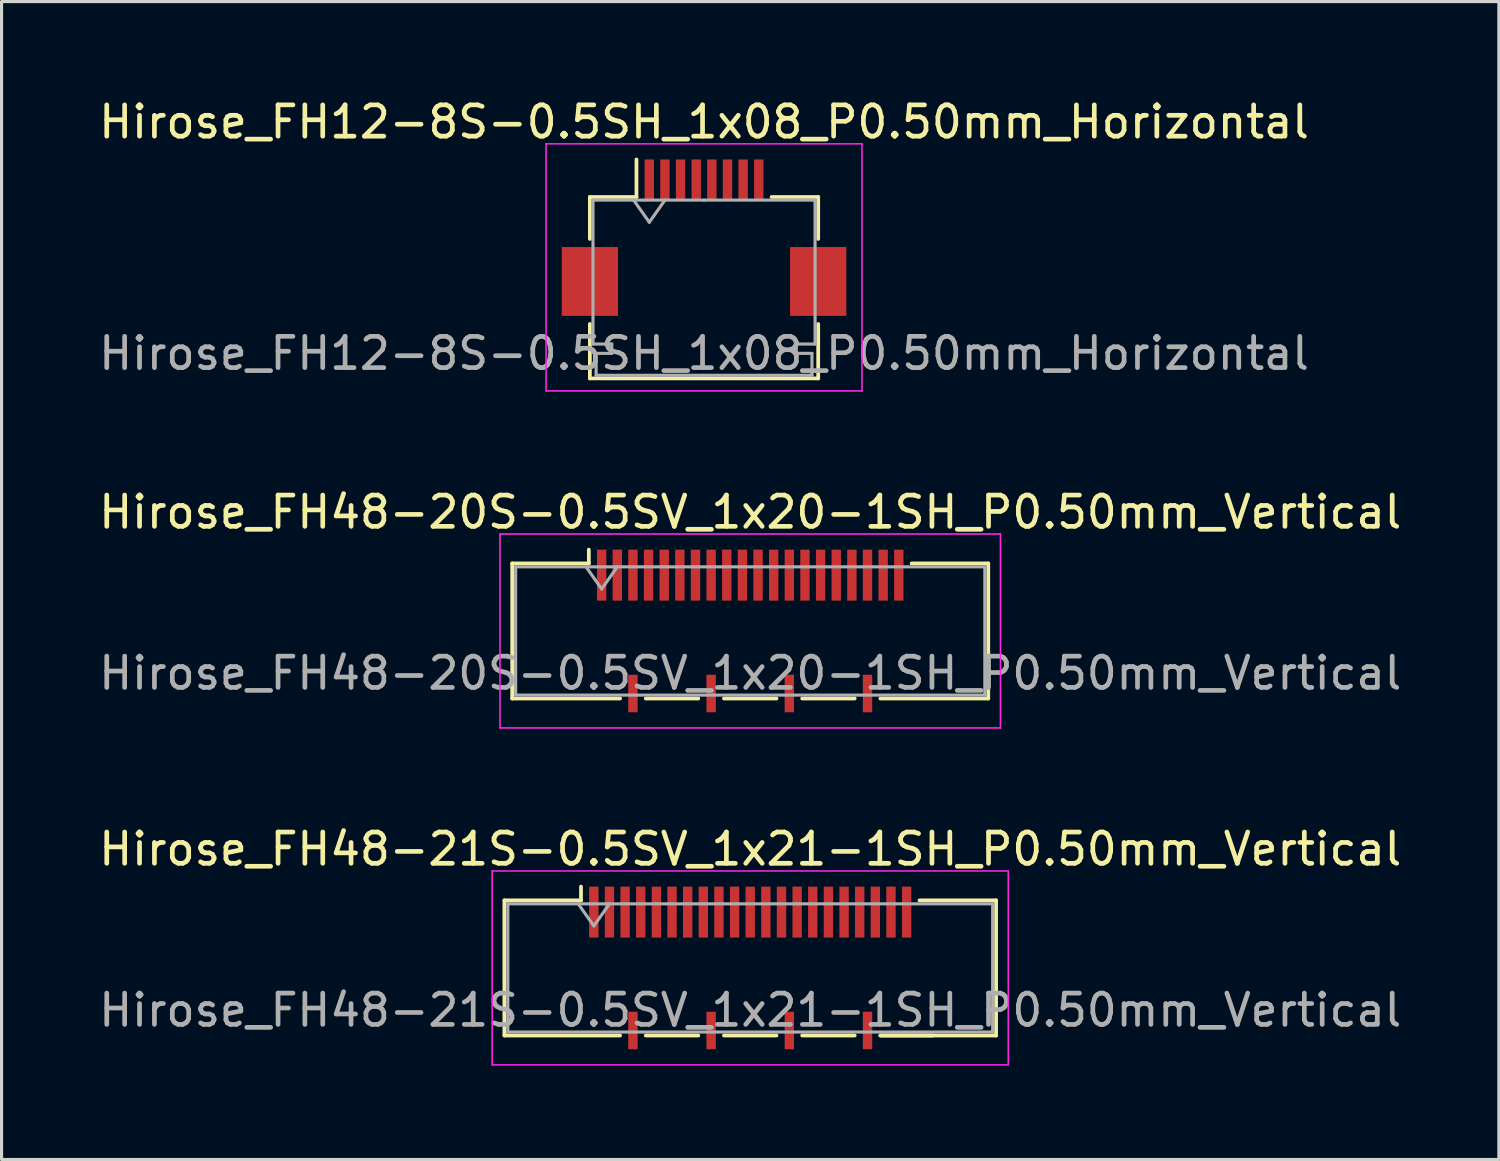
<source format=kicad_pcb>
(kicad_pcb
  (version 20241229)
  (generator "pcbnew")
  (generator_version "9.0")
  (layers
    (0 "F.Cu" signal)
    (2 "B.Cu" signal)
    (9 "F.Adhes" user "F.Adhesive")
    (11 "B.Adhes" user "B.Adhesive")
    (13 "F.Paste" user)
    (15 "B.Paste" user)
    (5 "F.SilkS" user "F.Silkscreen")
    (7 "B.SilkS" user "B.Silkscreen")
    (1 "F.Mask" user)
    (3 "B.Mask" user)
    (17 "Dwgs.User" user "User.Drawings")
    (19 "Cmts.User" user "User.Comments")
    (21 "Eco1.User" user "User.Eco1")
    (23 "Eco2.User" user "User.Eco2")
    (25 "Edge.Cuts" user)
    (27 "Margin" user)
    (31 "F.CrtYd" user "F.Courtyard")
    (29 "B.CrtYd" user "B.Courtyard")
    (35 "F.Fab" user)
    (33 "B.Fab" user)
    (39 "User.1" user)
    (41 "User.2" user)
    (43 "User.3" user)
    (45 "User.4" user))
  (footprint "Hirose_FH48-21S-0.5SV_1x21-1SH_P0.50mm_Vertical"
    (layer "F.Cu")
    (at 20.935 27.895)
    (property "Reference" "Hirose_FH48-21S-0.5SV_1x21-1SH_P0.50mm_Vertical" (at 0 -3.8 0) (layer "F.SilkS") (effects (font (size 1 1) (thickness 0.15))))
    (attr smd)
    (fp_line (start -7.86 -2.16) (end -7.86 2.16) (stroke (width 0.12) (type solid)) (layer "F.SilkS"))
    (fp_line (start -7.86 2.16) (end -4.16 2.16) (stroke (width 0.12) (type solid)) (layer "F.SilkS"))
    (fp_line (start -5.41 -2.6) (end -5.41 -2.16) (stroke (width 0.12) (type solid)) (layer "F.SilkS"))
    (fp_line (start -5.41 -2.16) (end -7.86 -2.16) (stroke (width 0.12) (type solid)) (layer "F.SilkS"))
    (fp_line (start -3.34 2.16) (end -1.66 2.16) (stroke (width 0.12) (type solid)) (layer "F.SilkS"))
    (fp_line (start -0.84 2.16) (end 0.84 2.16) (stroke (width 0.12) (type solid)) (layer "F.SilkS"))
    (fp_line (start 1.66 2.16) (end 3.34 2.16) (stroke (width 0.12) (type solid)) (layer "F.SilkS"))
    (fp_line (start 4.16 2.16) (end 5.84 2.16) (stroke (width 0.12) (type solid)) (layer "F.SilkS"))
    (fp_line (start 5.41 -2.16) (end 7.86 -2.16) (stroke (width 0.12) (type solid)) (layer "F.SilkS"))
    (fp_line (start 7.86 -2.16) (end 7.86 2.16) (stroke (width 0.12) (type solid)) (layer "F.SilkS"))
    (fp_line (start 7.86 2.16) (end 4.16 2.16) (stroke (width 0.12) (type solid)) (layer "F.SilkS"))
    (fp_line (start -8.25 -3.1) (end -8.25 3.1) (stroke (width 0.05) (type solid)) (layer "F.CrtYd"))
    (fp_line (start -8.25 3.1) (end 8.25 3.1) (stroke (width 0.05) (type solid)) (layer "F.CrtYd"))
    (fp_line (start 8.25 -3.1) (end -8.25 -3.1) (stroke (width 0.05) (type solid)) (layer "F.CrtYd"))
    (fp_line (start 8.25 3.1) (end 8.25 -3.1) (stroke (width 0.05) (type solid)) (layer "F.CrtYd"))
    (fp_line (start -7.75 -2.05) (end -7.75 2.05) (stroke (width 0.1) (type solid)) (layer "F.Fab"))
    (fp_line (start -7.75 2.05) (end 7.75 2.05) (stroke (width 0.1) (type solid)) (layer "F.Fab"))
    (fp_line (start -5.5 -2.05) (end -5 -1.343) (stroke (width 0.1) (type solid)) (layer "F.Fab"))
    (fp_line (start -5 -1.343) (end -4.5 -2.05) (stroke (width 0.1) (type solid)) (layer "F.Fab"))
    (fp_line (start 7.75 -2.05) (end -7.75 -2.05) (stroke (width 0.1) (type solid)) (layer "F.Fab"))
    (fp_line (start 7.75 2.05) (end 7.75 -2.05) (stroke (width 0.1) (type solid)) (layer "F.Fab"))
    (fp_text user "${REFERENCE}" (at 0 1.35 0) (layer "F.Fab") (effects (font (size 1 1) (thickness 0.15))))
    (pad "" smd rect (at -5 -1.785) (size 0.28 1.21) (layers "F.Paste"))
    (pad "" smd rect (at -4.5 -1.785) (size 0.28 1.21) (layers "F.Paste"))
    (pad "" smd rect (at -4 -1.785) (size 0.28 1.21) (layers "F.Paste"))
    (pad "" smd rect (at -3.75 2) (size 0.28 0.9) (layers "F.Paste"))
    (pad "" smd rect (at -3.5 -1.785) (size 0.28 1.21) (layers "F.Paste"))
    (pad "" smd rect (at -3 -1.785) (size 0.28 1.21) (layers "F.Paste"))
    (pad "" smd rect (at -2.5 -1.785) (size 0.28 1.21) (layers "F.Paste"))
    (pad "" smd rect (at -2 -1.785) (size 0.28 1.21) (layers "F.Paste"))
    (pad "" smd rect (at -1.5 -1.785) (size 0.28 1.21) (layers "F.Paste"))
    (pad "" smd rect (at -1.25 2) (size 0.28 0.9) (layers "F.Paste"))
    (pad "" smd rect (at -1 -1.785) (size 0.28 1.21) (layers "F.Paste"))
    (pad "" smd rect (at -0.5 -1.785) (size 0.28 1.21) (layers "F.Paste"))
    (pad "" smd rect (at 0 -1.785) (size 0.28 1.21) (layers "F.Paste"))
    (pad "" smd rect (at 0.5 -1.785) (size 0.28 1.21) (layers "F.Paste"))
    (pad "" smd rect (at 1 -1.785) (size 0.28 1.21) (layers "F.Paste"))
    (pad "" smd rect (at 1.25 2) (size 0.28 0.9) (layers "F.Paste"))
    (pad "" smd rect (at 1.5 -1.785) (size 0.28 1.21) (layers "F.Paste"))
    (pad "" smd rect (at 2 -1.785) (size 0.28 1.21) (layers "F.Paste"))
    (pad "" smd rect (at 2.5 -1.785) (size 0.28 1.21) (layers "F.Paste"))
    (pad "" smd rect (at 3 -1.785) (size 0.28 1.21) (layers "F.Paste"))
    (pad "" smd rect (at 3.5 -1.785) (size 0.28 1.21) (layers "F.Paste"))
    (pad "" smd rect (at 3.75 2) (size 0.28 0.9) (layers "F.Paste"))
    (pad "" smd rect (at 4 -1.785) (size 0.28 1.21) (layers "F.Paste"))
    (pad "" smd rect (at 4.5 -1.785) (size 0.28 1.21) (layers "F.Paste"))
    (pad "" smd rect (at 5 -1.785) (size 0.28 1.21) (layers "F.Paste"))
    (pad "1" smd rect (at -5 -1.785) (size 0.3 1.63) (layers "F.Cu" "F.Mask"))
    (pad "2" smd rect (at -4.5 -1.785) (size 0.3 1.63) (layers "F.Cu" "F.Mask"))
    (pad "3" smd rect (at -4 -1.785) (size 0.3 1.63) (layers "F.Cu" "F.Mask"))
    (pad "4" smd rect (at -3.5 -1.785) (size 0.3 1.63) (layers "F.Cu" "F.Mask"))
    (pad "5" smd rect (at -3 -1.785) (size 0.3 1.63) (layers "F.Cu" "F.Mask"))
    (pad "6" smd rect (at -2.5 -1.785) (size 0.3 1.63) (layers "F.Cu" "F.Mask"))
    (pad "7" smd rect (at -2 -1.785) (size 0.3 1.63) (layers "F.Cu" "F.Mask"))
    (pad "8" smd rect (at -1.5 -1.785) (size 0.3 1.63) (layers "F.Cu" "F.Mask"))
    (pad "9" smd rect (at -1 -1.785) (size 0.3 1.63) (layers "F.Cu" "F.Mask"))
    (pad "10" smd rect (at -0.5 -1.785) (size 0.3 1.63) (layers "F.Cu" "F.Mask"))
    (pad "11" smd rect (at 0 -1.785) (size 0.3 1.63) (layers "F.Cu" "F.Mask"))
    (pad "12" smd rect (at 0.5 -1.785) (size 0.3 1.63) (layers "F.Cu" "F.Mask"))
    (pad "13" smd rect (at 1 -1.785) (size 0.3 1.63) (layers "F.Cu" "F.Mask"))
    (pad "14" smd rect (at 1.5 -1.785) (size 0.3 1.63) (layers "F.Cu" "F.Mask"))
    (pad "15" smd rect (at 2 -1.785) (size 0.3 1.63) (layers "F.Cu" "F.Mask"))
    (pad "16" smd rect (at 2.5 -1.785) (size 0.3 1.63) (layers "F.Cu" "F.Mask"))
    (pad "17" smd rect (at 3 -1.785) (size 0.3 1.63) (layers "F.Cu" "F.Mask"))
    (pad "18" smd rect (at 3.5 -1.785) (size 0.3 1.63) (layers "F.Cu" "F.Mask"))
    (pad "19" smd rect (at 4 -1.785) (size 0.3 1.63) (layers "F.Cu" "F.Mask"))
    (pad "20" smd rect (at 4.5 -1.785) (size 0.3 1.63) (layers "F.Cu" "F.Mask"))
    (pad "21" smd rect (at 5 -1.785) (size 0.3 1.63) (layers "F.Cu" "F.Mask"))
    (pad "SH" smd rect (at -3.75 2) (size 0.3 1.2) (layers "F.Cu" "F.Mask"))
    (pad "SH" smd rect (at -1.25 2) (size 0.3 1.2) (layers "F.Cu" "F.Mask"))
    (pad "SH" smd rect (at 1.25 2) (size 0.3 1.2) (layers "F.Cu" "F.Mask"))
    (pad "SH" smd rect (at 3.75 2) (size 0.3 1.2) (layers "F.Cu" "F.Mask")))
  (footprint "Hirose_FH12-8S-0.5SH_1x08_P0.50mm_Horizontal"
    (layer "F.Cu")
    (at 19.458 4.548)
    (property "Reference" "Hirose_FH12-8S-0.5SH_1x08_P0.50mm_Horizontal" (at 0 -3.7 0) (layer "F.SilkS") (effects (font (size 1 1) (thickness 0.15))))
    (attr smd)
    (fp_line (start -3.65 -1.3) (end -3.65 0.04) (stroke (width 0.12) (type solid)) (layer "F.SilkS"))
    (fp_line (start -3.65 2.76) (end -3.65 4.5) (stroke (width 0.12) (type solid)) (layer "F.SilkS"))
    (fp_line (start -3.65 4.5) (end 3.65 4.5) (stroke (width 0.12) (type solid)) (layer "F.SilkS"))
    (fp_line (start -2.16 -1.3) (end -3.65 -1.3) (stroke (width 0.12) (type solid)) (layer "F.SilkS"))
    (fp_line (start -2.16 -1.3) (end -2.16 -2.5) (stroke (width 0.12) (type solid)) (layer "F.SilkS"))
    (fp_line (start 2.16 -1.3) (end 3.65 -1.3) (stroke (width 0.12) (type solid)) (layer "F.SilkS"))
    (fp_line (start 3.65 -1.3) (end 3.65 0.04) (stroke (width 0.12) (type solid)) (layer "F.SilkS"))
    (fp_line (start 3.65 4.5) (end 3.65 2.76) (stroke (width 0.12) (type solid)) (layer "F.SilkS"))
    (fp_line (start -5.05 -3) (end -5.05 4.9) (stroke (width 0.05) (type solid)) (layer "F.CrtYd"))
    (fp_line (start -5.05 4.9) (end 5.05 4.9) (stroke (width 0.05) (type solid)) (layer "F.CrtYd"))
    (fp_line (start 5.05 -3) (end -5.05 -3) (stroke (width 0.05) (type solid)) (layer "F.CrtYd"))
    (fp_line (start 5.05 4.9) (end 5.05 -3) (stroke (width 0.05) (type solid)) (layer "F.CrtYd"))
    (fp_line (start -3.55 -1.2) (end -3.55 3.4) (stroke (width 0.1) (type solid)) (layer "F.Fab"))
    (fp_line (start -3.55 3.4) (end -2.95 3.4) (stroke (width 0.1) (type solid)) (layer "F.Fab"))
    (fp_line (start -3.45 3.7) (end -3.45 4.4) (stroke (width 0.1) (type solid)) (layer "F.Fab"))
    (fp_line (start -3.45 4.4) (end 0 4.4) (stroke (width 0.1) (type solid)) (layer "F.Fab"))
    (fp_line (start -2.95 3.4) (end -2.95 3.7) (stroke (width 0.1) (type solid)) (layer "F.Fab"))
    (fp_line (start -2.95 3.7) (end -3.45 3.7) (stroke (width 0.1) (type solid)) (layer "F.Fab"))
    (fp_line (start -2.25 -1.2) (end -1.75 -0.493) (stroke (width 0.1) (type solid)) (layer "F.Fab"))
    (fp_line (start -1.75 -0.493) (end -1.25 -1.2) (stroke (width 0.1) (type solid)) (layer "F.Fab"))
    (fp_line (start 0 -1.2) (end -3.55 -1.2) (stroke (width 0.1) (type solid)) (layer "F.Fab"))
    (fp_line (start 0 -1.2) (end 3.55 -1.2) (stroke (width 0.1) (type solid)) (layer "F.Fab"))
    (fp_line (start 2.95 3.4) (end 2.95 3.7) (stroke (width 0.1) (type solid)) (layer "F.Fab"))
    (fp_line (start 2.95 3.7) (end 3.45 3.7) (stroke (width 0.1) (type solid)) (layer "F.Fab"))
    (fp_line (start 3.45 3.7) (end 3.45 4.4) (stroke (width 0.1) (type solid)) (layer "F.Fab"))
    (fp_line (start 3.45 4.4) (end 0 4.4) (stroke (width 0.1) (type solid)) (layer "F.Fab"))
    (fp_line (start 3.55 -1.2) (end 3.55 3.4) (stroke (width 0.1) (type solid)) (layer "F.Fab"))
    (fp_line (start 3.55 3.4) (end 2.95 3.4) (stroke (width 0.1) (type solid)) (layer "F.Fab"))
    (fp_text user "${REFERENCE}" (at 0 3.7 0) (layer "F.Fab") (effects (font (size 1 1) (thickness 0.15))))
    (pad "" smd rect (at -3.65 1.4) (size 1.8 2.2) (layers "F.Cu" "F.Mask" "F.Paste"))
    (pad "" smd rect (at 3.65 1.4) (size 1.8 2.2) (layers "F.Cu" "F.Mask" "F.Paste"))
    (pad "1" smd rect (at -1.75 -1.85) (size 0.3 1.3) (layers "F.Cu" "F.Mask" "F.Paste"))
    (pad "2" smd rect (at -1.25 -1.85) (size 0.3 1.3) (layers "F.Cu" "F.Mask" "F.Paste"))
    (pad "3" smd rect (at -0.75 -1.85) (size 0.3 1.3) (layers "F.Cu" "F.Mask" "F.Paste"))
    (pad "4" smd rect (at -0.25 -1.85) (size 0.3 1.3) (layers "F.Cu" "F.Mask" "F.Paste"))
    (pad "5" smd rect (at 0.25 -1.85) (size 0.3 1.3) (layers "F.Cu" "F.Mask" "F.Paste"))
    (pad "6" smd rect (at 0.75 -1.85) (size 0.3 1.3) (layers "F.Cu" "F.Mask" "F.Paste"))
    (pad "7" smd rect (at 1.25 -1.85) (size 0.3 1.3) (layers "F.Cu" "F.Mask" "F.Paste"))
    (pad "8" smd rect (at 1.75 -1.85) (size 0.3 1.3) (layers "F.Cu" "F.Mask" "F.Paste")))
  (footprint "Hirose_FH48-20S-0.5SV_1x20-1SH_P0.50mm_Vertical"
    (layer "F.Cu")
    (at 20.935 17.122)
    (property "Reference" "Hirose_FH48-20S-0.5SV_1x20-1SH_P0.50mm_Vertical" (at 0 -3.8 0) (layer "F.SilkS") (effects (font (size 1 1) (thickness 0.15))))
    (attr smd)
    (fp_line (start -7.61 -2.16) (end -7.61 2.16) (stroke (width 0.12) (type solid)) (layer "F.SilkS"))
    (fp_line (start -7.61 2.16) (end -4.16 2.16) (stroke (width 0.12) (type solid)) (layer "F.SilkS"))
    (fp_line (start -5.16 -2.6) (end -5.16 -2.16) (stroke (width 0.12) (type solid)) (layer "F.SilkS"))
    (fp_line (start -5.16 -2.16) (end -7.61 -2.16) (stroke (width 0.12) (type solid)) (layer "F.SilkS"))
    (fp_line (start -3.34 2.16) (end -1.66 2.16) (stroke (width 0.12) (type solid)) (layer "F.SilkS"))
    (fp_line (start -0.84 2.16) (end 0.84 2.16) (stroke (width 0.12) (type solid)) (layer "F.SilkS"))
    (fp_line (start 1.66 2.16) (end 3.34 2.16) (stroke (width 0.12) (type solid)) (layer "F.SilkS"))
    (fp_line (start 5.16 -2.16) (end 7.61 -2.16) (stroke (width 0.12) (type solid)) (layer "F.SilkS"))
    (fp_line (start 7.61 -2.16) (end 7.61 2.16) (stroke (width 0.12) (type solid)) (layer "F.SilkS"))
    (fp_line (start 7.61 2.16) (end 4.16 2.16) (stroke (width 0.12) (type solid)) (layer "F.SilkS"))
    (fp_line (start -8 -3.1) (end -8 3.1) (stroke (width 0.05) (type solid)) (layer "F.CrtYd"))
    (fp_line (start -8 3.1) (end 8 3.1) (stroke (width 0.05) (type solid)) (layer "F.CrtYd"))
    (fp_line (start 8 -3.1) (end -8 -3.1) (stroke (width 0.05) (type solid)) (layer "F.CrtYd"))
    (fp_line (start 8 3.1) (end 8 -3.1) (stroke (width 0.05) (type solid)) (layer "F.CrtYd"))
    (fp_line (start -7.5 -2.05) (end -7.5 2.05) (stroke (width 0.1) (type solid)) (layer "F.Fab"))
    (fp_line (start -7.5 2.05) (end 7.5 2.05) (stroke (width 0.1) (type solid)) (layer "F.Fab"))
    (fp_line (start -5.25 -2.05) (end -4.75 -1.343) (stroke (width 0.1) (type solid)) (layer "F.Fab"))
    (fp_line (start -4.75 -1.343) (end -4.25 -2.05) (stroke (width 0.1) (type solid)) (layer "F.Fab"))
    (fp_line (start 7.5 -2.05) (end -7.5 -2.05) (stroke (width 0.1) (type solid)) (layer "F.Fab"))
    (fp_line (start 7.5 2.05) (end 7.5 -2.05) (stroke (width 0.1) (type solid)) (layer "F.Fab"))
    (fp_text user "${REFERENCE}" (at 0 1.35 0) (layer "F.Fab") (effects (font (size 1 1) (thickness 0.15))))
    (pad "" smd rect (at -4.75 -1.785) (size 0.28 1.21) (layers "F.Paste"))
    (pad "" smd rect (at -4.25 -1.785) (size 0.28 1.21) (layers "F.Paste"))
    (pad "" smd rect (at -3.75 -1.785) (size 0.28 1.21) (layers "F.Paste"))
    (pad "" smd rect (at -3.75 2) (size 0.28 0.9) (layers "F.Paste"))
    (pad "" smd rect (at -3.25 -1.785) (size 0.28 1.21) (layers "F.Paste"))
    (pad "" smd rect (at -2.75 -1.785) (size 0.28 1.21) (layers "F.Paste"))
    (pad "" smd rect (at -2.25 -1.785) (size 0.28 1.21) (layers "F.Paste"))
    (pad "" smd rect (at -1.75 -1.785) (size 0.28 1.21) (layers "F.Paste"))
    (pad "" smd rect (at -1.25 -1.785) (size 0.28 1.21) (layers "F.Paste"))
    (pad "" smd rect (at -1.25 2) (size 0.28 0.9) (layers "F.Paste"))
    (pad "" smd rect (at -0.75 -1.785) (size 0.28 1.21) (layers "F.Paste"))
    (pad "" smd rect (at -0.25 -1.785) (size 0.28 1.21) (layers "F.Paste"))
    (pad "" smd rect (at 0.25 -1.785) (size 0.28 1.21) (layers "F.Paste"))
    (pad "" smd rect (at 0.75 -1.785) (size 0.28 1.21) (layers "F.Paste"))
    (pad "" smd rect (at 1.25 -1.785) (size 0.28 1.21) (layers "F.Paste"))
    (pad "" smd rect (at 1.25 2) (size 0.28 0.9) (layers "F.Paste"))
    (pad "" smd rect (at 1.75 -1.785) (size 0.28 1.21) (layers "F.Paste"))
    (pad "" smd rect (at 2.25 -1.785) (size 0.28 1.21) (layers "F.Paste"))
    (pad "" smd rect (at 2.75 -1.785) (size 0.28 1.21) (layers "F.Paste"))
    (pad "" smd rect (at 3.25 -1.785) (size 0.28 1.21) (layers "F.Paste"))
    (pad "" smd rect (at 3.75 -1.785) (size 0.28 1.21) (layers "F.Paste"))
    (pad "" smd rect (at 3.75 2) (size 0.28 0.9) (layers "F.Paste"))
    (pad "" smd rect (at 4.25 -1.785) (size 0.28 1.21) (layers "F.Paste"))
    (pad "" smd rect (at 4.75 -1.785) (size 0.28 1.21) (layers "F.Paste"))
    (pad "1" smd rect (at -4.75 -1.785) (size 0.3 1.63) (layers "F.Cu" "F.Mask"))
    (pad "2" smd rect (at -4.25 -1.785) (size 0.3 1.63) (layers "F.Cu" "F.Mask"))
    (pad "3" smd rect (at -3.75 -1.785) (size 0.3 1.63) (layers "F.Cu" "F.Mask"))
    (pad "4" smd rect (at -3.25 -1.785) (size 0.3 1.63) (layers "F.Cu" "F.Mask"))
    (pad "5" smd rect (at -2.75 -1.785) (size 0.3 1.63) (layers "F.Cu" "F.Mask"))
    (pad "6" smd rect (at -2.25 -1.785) (size 0.3 1.63) (layers "F.Cu" "F.Mask"))
    (pad "7" smd rect (at -1.75 -1.785) (size 0.3 1.63) (layers "F.Cu" "F.Mask"))
    (pad "8" smd rect (at -1.25 -1.785) (size 0.3 1.63) (layers "F.Cu" "F.Mask"))
    (pad "9" smd rect (at -0.75 -1.785) (size 0.3 1.63) (layers "F.Cu" "F.Mask"))
    (pad "10" smd rect (at -0.25 -1.785) (size 0.3 1.63) (layers "F.Cu" "F.Mask"))
    (pad "11" smd rect (at 0.25 -1.785) (size 0.3 1.63) (layers "F.Cu" "F.Mask"))
    (pad "12" smd rect (at 0.75 -1.785) (size 0.3 1.63) (layers "F.Cu" "F.Mask"))
    (pad "13" smd rect (at 1.25 -1.785) (size 0.3 1.63) (layers "F.Cu" "F.Mask"))
    (pad "14" smd rect (at 1.75 -1.785) (size 0.3 1.63) (layers "F.Cu" "F.Mask"))
    (pad "15" smd rect (at 2.25 -1.785) (size 0.3 1.63) (layers "F.Cu" "F.Mask"))
    (pad "16" smd rect (at 2.75 -1.785) (size 0.3 1.63) (layers "F.Cu" "F.Mask"))
    (pad "17" smd rect (at 3.25 -1.785) (size 0.3 1.63) (layers "F.Cu" "F.Mask"))
    (pad "18" smd rect (at 3.75 -1.785) (size 0.3 1.63) (layers "F.Cu" "F.Mask"))
    (pad "19" smd rect (at 4.25 -1.785) (size 0.3 1.63) (layers "F.Cu" "F.Mask"))
    (pad "20" smd rect (at 4.75 -1.785) (size 0.3 1.63) (layers "F.Cu" "F.Mask"))
    (pad "SH" smd rect (at -3.75 2) (size 0.3 1.2) (layers "F.Cu" "F.Mask"))
    (pad "SH" smd rect (at -1.25 2) (size 0.3 1.2) (layers "F.Cu" "F.Mask"))
    (pad "SH" smd rect (at 1.25 2) (size 0.3 1.2) (layers "F.Cu" "F.Mask"))
    (pad "SH" smd rect (at 3.75 2) (size 0.3 1.2) (layers "F.Cu" "F.Mask")))
  (gr_rect
    (start -3 -3)
    (end 44.869 34.02)
    (stroke (width 0.1) (type default))
    (fill no)
    (layer "Edge.Cuts")))
</source>
